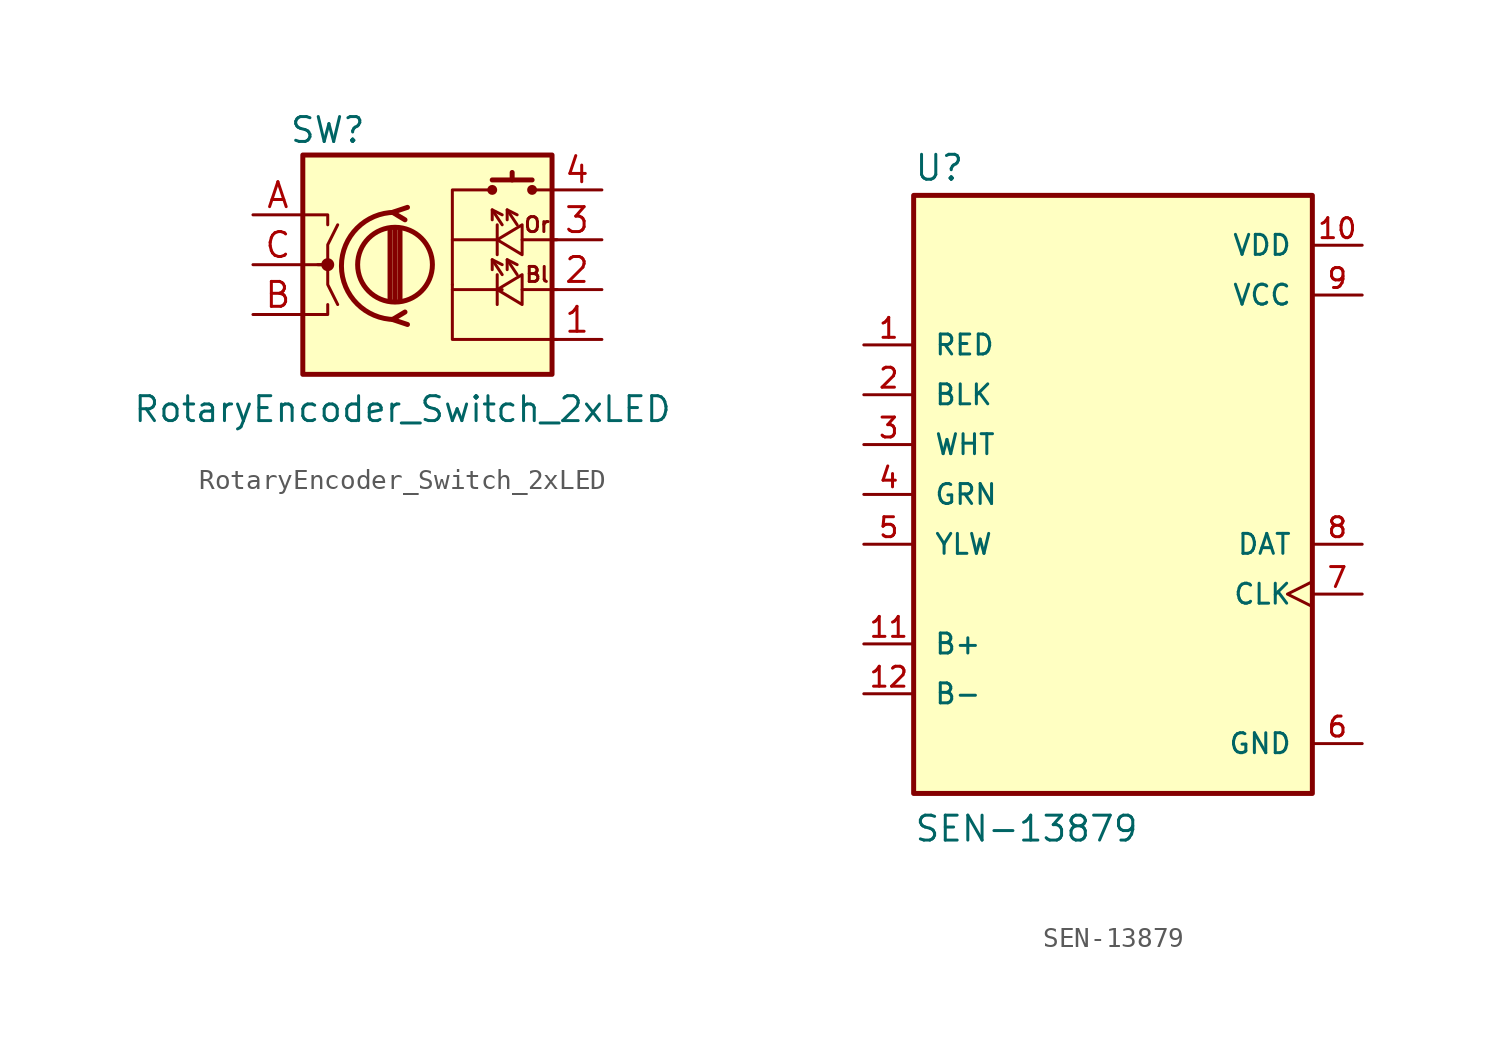
<source format=kicad_sym>
(kicad_symbol_lib
  (version 20231120)
  (generator "kicad_symbol_editor")
  (generator_version "8.0")
  (symbol "RotaryEncoder_Switch_2xLED"
    (pin_names
      (offset 0.254) hide)
    (property "Reference" "SW"
      (at -3.81 6.858 0)
      (effects (font (size 1.27 1.27))))
    (property "Value" "RotaryEncoder_Switch_2xLED"
      (at 0 -7.366 0)
      (effects (font (size 1.27 1.27))))
    (symbol "RotaryEncoder_Switch_2xLED_0_1"
      (rectangle (start -5.08 5.588) (end 7.62 -5.588) (stroke (width 0.254) (type default)) (fill (type background)))
      (circle (center -3.81 0) (radius 0.254) (stroke (width 0) (type default)) (fill (type outline)))
      (circle (center -0.381 0) (radius 1.905) (stroke (width 0.254) (type default)) (fill (type none)))
      (arc (start -0.381 2.667) (mid -3.0988 -0.0635) (end -0.381 -2.794) (stroke (width 0.254) (type default)) (fill (type none)))
      (polyline (pts (xy -0.635 -1.778) (xy -0.635 1.778)) (stroke (width 0.254) (type default)) (fill (type none)))
      (polyline (pts (xy -0.381 -1.778) (xy -0.381 1.778)) (stroke (width 0.254) (type default)) (fill (type none)))
      (polyline (pts (xy -0.127 1.778) (xy -0.127 -1.778)) (stroke (width 0.254) (type default)) (fill (type none)))
      (polyline (pts (xy 4.826 -0.508) (xy 4.826 -2.032)) (stroke (width 0) (type default)) (fill (type none)))
      (polyline (pts (xy 4.826 1.27) (xy 2.54 1.27)) (stroke (width 0) (type default)) (fill (type none)))
      (polyline (pts (xy 4.826 2.032) (xy 4.826 0.508)) (stroke (width 0) (type default)) (fill (type none)))
      (polyline (pts (xy 5.08 -1.27) (xy 2.54 -1.27)) (stroke (width 0) (type default)) (fill (type none)))
      (polyline (pts (xy 5.08 -0.508) (xy 4.572 0.254)) (stroke (width 0) (type default)) (fill (type none)))
      (polyline (pts (xy 5.08 2.032) (xy 4.572 2.794)) (stroke (width 0) (type default)) (fill (type none)))
      (polyline (pts (xy 5.588 4.318) (xy 5.588 4.699)) (stroke (width 0.254) (type default)) (fill (type none)))
      (polyline (pts (xy 5.842 -0.508) (xy 5.334 0.254)) (stroke (width 0) (type default)) (fill (type none)))
      (polyline (pts (xy 5.842 2.032) (xy 5.334 2.794)) (stroke (width 0) (type default)) (fill (type none)))
      (polyline (pts (xy 6.096 1.27) (xy 7.874 1.27)) (stroke (width 0) (type default)) (fill (type none)))
      (polyline (pts (xy 6.604 3.81) (xy 7.62 3.81)) (stroke (width 0) (type default)) (fill (type none)))
      (polyline (pts (xy 6.604 4.318) (xy 4.572 4.318)) (stroke (width 0.254) (type default)) (fill (type none)))
      (polyline (pts (xy 7.874 -1.27) (xy 6.096 -1.27)) (stroke (width 0) (type default)) (fill (type none)))
      (polyline (pts (xy -5.08 -2.54) (xy -3.81 -2.54) (xy -3.81 -2.032)) (stroke (width 0) (type default)) (fill (type none)))
      (polyline (pts (xy -5.08 2.54) (xy -3.81 2.54) (xy -3.81 2.032)) (stroke (width 0) (type default)) (fill (type none)))
      (polyline (pts (xy 0.254 -3.048) (xy -0.508 -2.794) (xy 0.127 -2.413)) (stroke (width 0.254) (type default)) (fill (type none)))
      (polyline (pts (xy 0.254 2.921) (xy -0.508 2.667) (xy 0.127 2.286)) (stroke (width 0.254) (type default)) (fill (type none)))
      (polyline (pts (xy 2.54 -1.016) (xy 2.54 3.81) (xy 4.572 3.81)) (stroke (width 0) (type default)) (fill (type none)))
      (polyline (pts (xy 4.572 -0.254) (xy 4.572 0.254) (xy 5.08 0)) (stroke (width 0) (type default)) (fill (type none)))
      (polyline (pts (xy 4.572 2.286) (xy 4.572 2.794) (xy 5.08 2.54)) (stroke (width 0) (type default)) (fill (type none)))
      (polyline (pts (xy 5.334 -0.254) (xy 5.334 0.254) (xy 5.842 0)) (stroke (width 0) (type default)) (fill (type none)))
      (polyline (pts (xy 5.334 2.286) (xy 5.334 2.794) (xy 5.842 2.54)) (stroke (width 0) (type default)) (fill (type none)))
      (polyline (pts (xy 7.874 -3.81) (xy 2.54 -3.81) (xy 2.54 -1.016)) (stroke (width 0) (type default)) (fill (type none)))
      (polyline (pts (xy -5.08 0) (xy -3.81 0) (xy -3.81 -1.016) (xy -3.302 -2.032)) (stroke (width 0) (type default)) (fill (type none)))
      (polyline (pts (xy -4.318 0) (xy -3.81 0) (xy -3.81 1.016) (xy -3.302 2.032)) (stroke (width 0) (type default)) (fill (type none)))
      (polyline (pts (xy 6.096 -2.032) (xy 6.096 -0.508) (xy 4.826 -1.27) (xy 6.096 -2.032)) (stroke (width 0) (type default)) (fill (type none)))
      (polyline (pts (xy 6.096 1.27) (xy 6.096 2.032) (xy 4.826 1.27) (xy 6.096 0.508) (xy 6.096 1.27)) (stroke (width 0) (type default)) (fill (type none)))
      (circle (center 4.572 3.81) (radius 0.127) (stroke (width 0.254) (type default)) (fill (type none)))
      (circle (center 6.604 3.81) (radius 0.127) (stroke (width 0.254) (type default)) (fill (type none))))
    (symbol "RotaryEncoder_Switch_2xLED_1_1"
      (text "Bl" (at 6.858 -0.508 0) (effects (font (size 0.762 0.762))))
      (text "Or" (at 6.858 2.032 0) (effects (font (size 0.762 0.762))))
      (pin passive line (at 10.16 -3.81 180) (length 2.54) (name "GND" (effects (font (size 1.27 1.27)))) (number "1" (effects (font (size 1.27 1.27)))))
      (pin passive line (at 10.16 -1.27 180) (length 2.54) (name "Led1" (effects (font (size 1.27 1.27)))) (number "2" (effects (font (size 1.27 1.27)))))
      (pin passive line (at 10.16 1.27 180) (length 2.54) (name "Led2" (effects (font (size 1.27 1.27)))) (number "3" (effects (font (size 1.27 1.27)))))
      (pin passive line (at 10.16 3.81 180) (length 2.54) (name "Sw" (effects (font (size 1.27 1.27)))) (number "4" (effects (font (size 1.27 1.27)))))
      (pin passive line (at -7.62 2.54 0) (length 2.54) (name "A" (effects (font (size 1.27 1.27)))) (number "A" (effects (font (size 1.27 1.27)))))
      (pin passive line (at -7.62 -2.54 0) (length 2.54) (name "B" (effects (font (size 1.27 1.27)))) (number "B" (effects (font (size 1.27 1.27)))))
      (pin passive line (at -7.62 0 0) (length 2.54) (name "C" (effects (font (size 1.27 1.27)))) (number "C" (effects (font (size 1.27 1.27)))))))
  (symbol "SEN-13879"
    (pin_names
      (offset 1.016))
    (property "Reference" "U"
      (at -10.16 15.9 0)
      (effects (font (size 1.27 1.27)) (justify left bottom)))
    (property "Value" "SEN-13879"
      (at -10.16 -17.78 0)
      (effects (font (size 1.27 1.27)) (justify left bottom)))
    (property "ki_locked" ""
      (at 0 0 0)
      (effects (font (size 1.27 1.27))))
    (symbol "SEN-13879_0_0"
      (rectangle (start -10.16 -15.24) (end 10.16 15.24) (stroke (width 0.254) (type default)) (fill (type background)))
      (pin bidirectional line (at -12.7 7.62 0) (length 2.54) (name "RED" (effects (font (size 1.016 1.016)))) (number "1" (effects (font (size 1.016 1.016)))))
      (pin power_in line (at 12.7 12.7 180) (length 2.54) (name "VDD" (effects (font (size 1.016 1.016)))) (number "10" (effects (font (size 1.016 1.016)))))
      (pin input line (at -12.7 -7.62 0) (length 2.54) (name "B+" (effects (font (size 1.016 1.016)))) (number "11" (effects (font (size 1.016 1.016)))))
      (pin input line (at -12.7 -10.16 0) (length 2.54) (name "B-" (effects (font (size 1.016 1.016)))) (number "12" (effects (font (size 1.016 1.016)))))
      (pin bidirectional line (at -12.7 5.08 0) (length 2.54) (name "BLK" (effects (font (size 1.016 1.016)))) (number "2" (effects (font (size 1.016 1.016)))))
      (pin input line (at -12.7 2.54 0) (length 2.54) (name "WHT" (effects (font (size 1.016 1.016)))) (number "3" (effects (font (size 1.016 1.016)))))
      (pin input line (at -12.7 0 0) (length 2.54) (name "GRN" (effects (font (size 1.016 1.016)))) (number "4" (effects (font (size 1.016 1.016)))))
      (pin bidirectional line (at -12.7 -2.54 0) (length 2.54) (name "YLW" (effects (font (size 1.016 1.016)))) (number "5" (effects (font (size 1.016 1.016)))))
      (pin power_in line (at 12.7 -12.7 180) (length 2.54) (name "GND" (effects (font (size 1.016 1.016)))) (number "6" (effects (font (size 1.016 1.016)))))
      (pin input clock (at 12.7 -5.08 180) (length 2.54) (name "CLK" (effects (font (size 1.016 1.016)))) (number "7" (effects (font (size 1.016 1.016)))))
      (pin output line (at 12.7 -2.54 180) (length 2.54) (name "DAT" (effects (font (size 1.016 1.016)))) (number "8" (effects (font (size 1.016 1.016)))))
      (pin power_in line (at 12.7 10.16 180) (length 2.54) (name "VCC" (effects (font (size 1.016 1.016)))) (number "9" (effects (font (size 1.016 1.016))))))))
</source>
